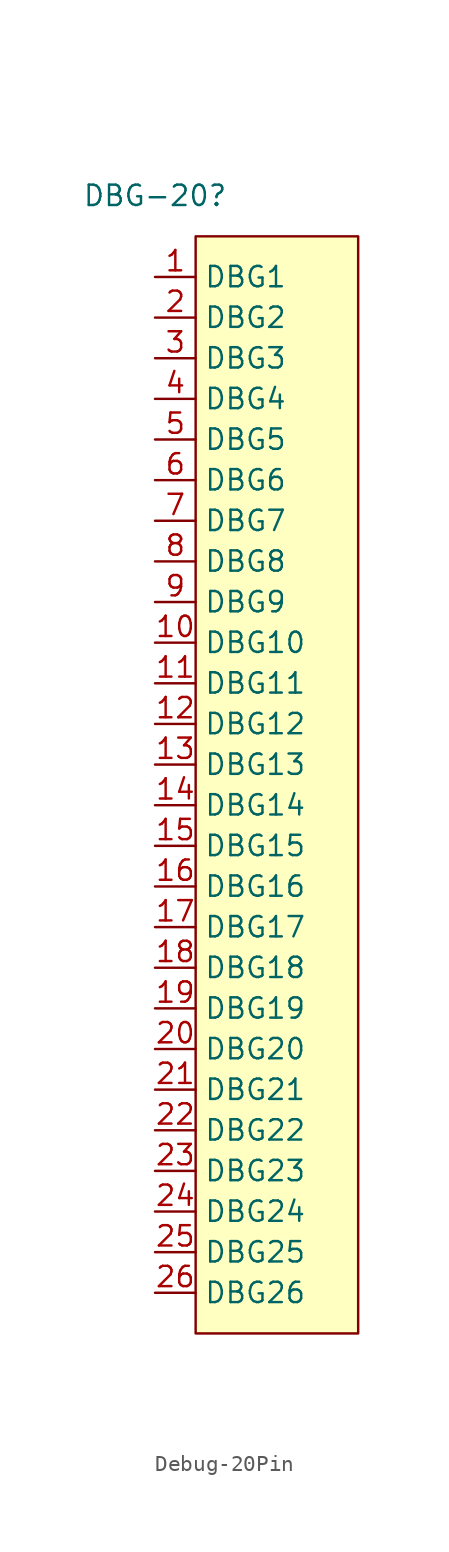
<source format=kicad_sym>
(kicad_symbol_lib
  (version 20220914)
  (generator kicad_symbol_editor)
  (symbol "Debug-20Pin"
    (property "Reference" "DBG-20"
      (at 0 5.08 0)
      (effects (font (size 1.27 1.27))))
    (property "Value" ""
      (at 0 0 0)
      (effects (font (size 1.27 1.27))))
    (symbol "Debug-20Pin_0_0"
      (pin bidirectional line (at 0 0 0) (length 2.54) (name "DBG1" (effects (font (size 1.27 1.27)))) (number "1" (effects (font (size 1.27 1.27)))))
      (pin bidirectional line (at 0 -22.86 0) (length 2.54) (name "DBG10" (effects (font (size 1.27 1.27)))) (number "10" (effects (font (size 1.27 1.27)))))
      (pin bidirectional line (at 0 -25.4 0) (length 2.54) (name "DBG11" (effects (font (size 1.27 1.27)))) (number "11" (effects (font (size 1.27 1.27)))))
      (pin bidirectional line (at 0 -27.94 0) (length 2.54) (name "DBG12" (effects (font (size 1.27 1.27)))) (number "12" (effects (font (size 1.27 1.27)))))
      (pin bidirectional line (at 0 -30.48 0) (length 2.54) (name "DBG13" (effects (font (size 1.27 1.27)))) (number "13" (effects (font (size 1.27 1.27)))))
      (pin bidirectional line (at 0 -33.02 0) (length 2.54) (name "DBG14" (effects (font (size 1.27 1.27)))) (number "14" (effects (font (size 1.27 1.27)))))
      (pin bidirectional line (at 0 -35.56 0) (length 2.54) (name "DBG15" (effects (font (size 1.27 1.27)))) (number "15" (effects (font (size 1.27 1.27)))))
      (pin bidirectional line (at 0 -38.1 0) (length 2.54) (name "DBG16" (effects (font (size 1.27 1.27)))) (number "16" (effects (font (size 1.27 1.27)))))
      (pin bidirectional line (at 0 -40.64 0) (length 2.54) (name "DBG17" (effects (font (size 1.27 1.27)))) (number "17" (effects (font (size 1.27 1.27)))))
      (pin bidirectional line (at 0 -43.18 0) (length 2.54) (name "DBG18" (effects (font (size 1.27 1.27)))) (number "18" (effects (font (size 1.27 1.27)))))
      (pin bidirectional line (at 0 -45.72 0) (length 2.54) (name "DBG19" (effects (font (size 1.27 1.27)))) (number "19" (effects (font (size 1.27 1.27)))))
      (pin bidirectional line (at 0 -2.54 0) (length 2.54) (name "DBG2" (effects (font (size 1.27 1.27)))) (number "2" (effects (font (size 1.27 1.27)))))
      (pin bidirectional line (at 0 -48.26 0) (length 2.54) (name "DBG20" (effects (font (size 1.27 1.27)))) (number "20" (effects (font (size 1.27 1.27)))))
      (pin bidirectional line (at 0 -50.8 0) (length 2.54) (name "DBG21" (effects (font (size 1.27 1.27)))) (number "21" (effects (font (size 1.27 1.27)))))
      (pin bidirectional line (at 0 -53.34 0) (length 2.54) (name "DBG22" (effects (font (size 1.27 1.27)))) (number "22" (effects (font (size 1.27 1.27)))))
      (pin bidirectional line (at 0 -55.88 0) (length 2.54) (name "DBG23" (effects (font (size 1.27 1.27)))) (number "23" (effects (font (size 1.27 1.27)))))
      (pin bidirectional line (at 0 -58.42 0) (length 2.54) (name "DBG24" (effects (font (size 1.27 1.27)))) (number "24" (effects (font (size 1.27 1.27)))))
      (pin bidirectional line (at 0 -60.96 0) (length 2.54) (name "DBG25" (effects (font (size 1.27 1.27)))) (number "25" (effects (font (size 1.27 1.27)))))
      (pin bidirectional line (at 0 -63.5 0) (length 2.54) (name "DBG26" (effects (font (size 1.27 1.27)))) (number "26" (effects (font (size 1.27 1.27)))))
      (pin bidirectional line (at 0 -5.08 0) (length 2.54) (name "DBG3" (effects (font (size 1.27 1.27)))) (number "3" (effects (font (size 1.27 1.27)))))
      (pin bidirectional line (at 0 -7.62 0) (length 2.54) (name "DBG4" (effects (font (size 1.27 1.27)))) (number "4" (effects (font (size 1.27 1.27)))))
      (pin bidirectional line (at 0 -10.16 0) (length 2.54) (name "DBG5" (effects (font (size 1.27 1.27)))) (number "5" (effects (font (size 1.27 1.27)))))
      (pin bidirectional line (at 0 -12.7 0) (length 2.54) (name "DBG6" (effects (font (size 1.27 1.27)))) (number "6" (effects (font (size 1.27 1.27)))))
      (pin bidirectional line (at 0 -15.24 0) (length 2.54) (name "DBG7" (effects (font (size 1.27 1.27)))) (number "7" (effects (font (size 1.27 1.27)))))
      (pin bidirectional line (at 0 -17.78 0) (length 2.54) (name "DBG8" (effects (font (size 1.27 1.27)))) (number "8" (effects (font (size 1.27 1.27)))))
      (pin bidirectional line (at 0 -20.32 0) (length 2.54) (name "DBG9" (effects (font (size 1.27 1.27)))) (number "9" (effects (font (size 1.27 1.27))))))
    (symbol "Debug-20Pin_1_1"
      (rectangle (start 2.54 2.54) (end 12.7 -66.04) (stroke (width 0) (type default)) (fill (type background))))))
</source>
